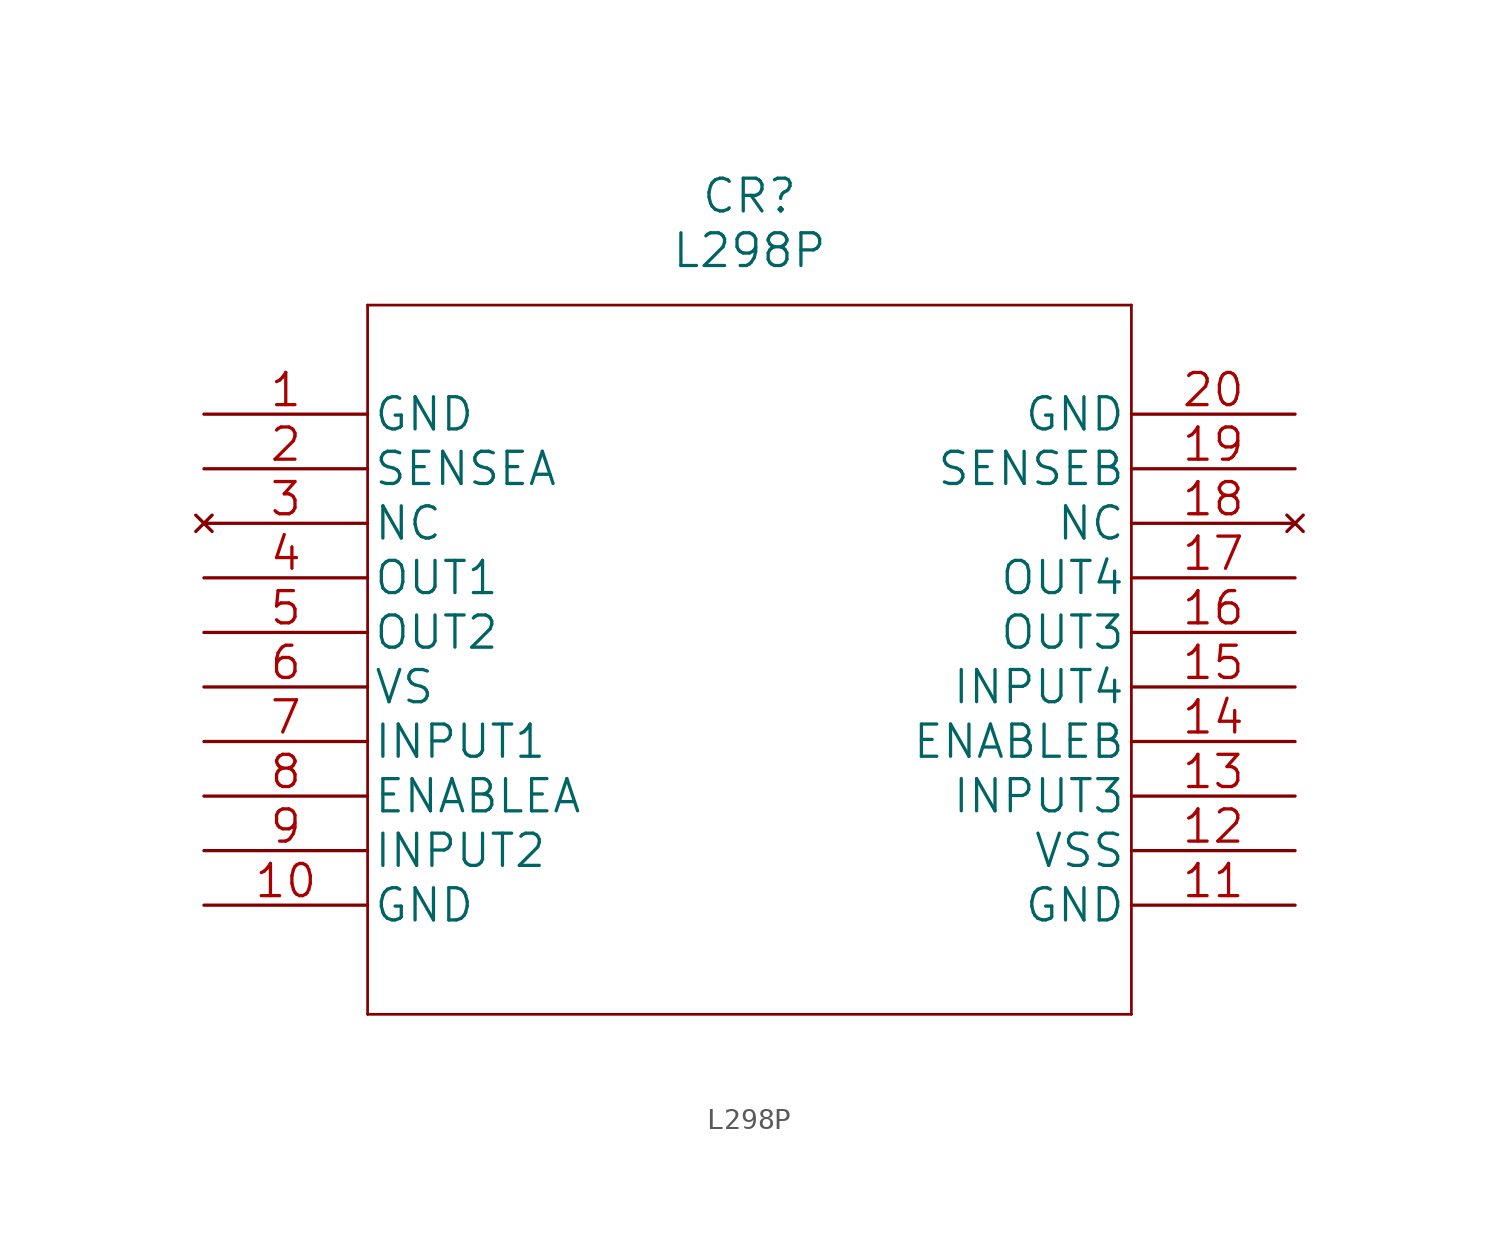
<source format=kicad_sym>
(kicad_symbol_lib
  (version 20211014)
  (generator kicad_symbol_editor)
  (symbol "L298P"
    (pin_names
      (offset 0.254))
    (property "Reference" "CR"
      (at 25.4 10.16 0)
      (effects (font (size 1.524 1.524))))
    (property "Value" "L298P"
      (at 25.4 7.62 0)
      (effects (font (size 1.524 1.524))))
    (property "Datasheet" ""
      (at 0 0 0)
      (effects (font (size 1.524 1.524))))
    (property "ki_locked" ""
      (at 0 0 0)
      (effects (font (size 1.27 1.27))))
    (symbol "L298P_1_1"
      (polyline (pts (xy 7.62 -27.94) (xy 43.18 -27.94)) (stroke (width 0.127) (type default) (color 0 0 0 0)) (fill (type none)))
      (polyline (pts (xy 7.62 5.08) (xy 7.62 -27.94)) (stroke (width 0.127) (type default) (color 0 0 0 0)) (fill (type none)))
      (polyline (pts (xy 43.18 -27.94) (xy 43.18 5.08)) (stroke (width 0.127) (type default) (color 0 0 0 0)) (fill (type none)))
      (polyline (pts (xy 43.18 5.08) (xy 7.62 5.08)) (stroke (width 0.127) (type default) (color 0 0 0 0)) (fill (type none)))
      (pin power_in line (at 0 0 0) (length 7.62) (name "GND" (effects (font (size 1.499 1.499)))) (number "1" (effects (font (size 1.499 1.499)))))
      (pin power_in line (at 0 -22.86 0) (length 7.62) (name "GND" (effects (font (size 1.499 1.499)))) (number "10" (effects (font (size 1.499 1.499)))))
      (pin power_in line (at 50.8 -22.86 180) (length 7.62) (name "GND" (effects (font (size 1.499 1.499)))) (number "11" (effects (font (size 1.499 1.499)))))
      (pin power_in line (at 50.8 -20.32 180) (length 7.62) (name "VSS" (effects (font (size 1.499 1.499)))) (number "12" (effects (font (size 1.499 1.499)))))
      (pin input line (at 50.8 -17.78 180) (length 7.62) (name "INPUT3" (effects (font (size 1.499 1.499)))) (number "13" (effects (font (size 1.499 1.499)))))
      (pin input line (at 50.8 -15.24 180) (length 7.62) (name "ENABLEB" (effects (font (size 1.499 1.499)))) (number "14" (effects (font (size 1.499 1.499)))))
      (pin input line (at 50.8 -12.7 180) (length 7.62) (name "INPUT4" (effects (font (size 1.499 1.499)))) (number "15" (effects (font (size 1.499 1.499)))))
      (pin output line (at 50.8 -10.16 180) (length 7.62) (name "OUT3" (effects (font (size 1.499 1.499)))) (number "16" (effects (font (size 1.499 1.499)))))
      (pin output line (at 50.8 -7.62 180) (length 7.62) (name "OUT4" (effects (font (size 1.499 1.499)))) (number "17" (effects (font (size 1.499 1.499)))))
      (pin no_connect line (at 50.8 -5.08 180) (length 7.62) (name "NC" (effects (font (size 1.499 1.499)))) (number "18" (effects (font (size 1.499 1.499)))))
      (pin input line (at 50.8 -2.54 180) (length 7.62) (name "SENSEB" (effects (font (size 1.499 1.499)))) (number "19" (effects (font (size 1.499 1.499)))))
      (pin input line (at 0 -2.54 0) (length 7.62) (name "SENSEA" (effects (font (size 1.499 1.499)))) (number "2" (effects (font (size 1.499 1.499)))))
      (pin power_in line (at 50.8 0 180) (length 7.62) (name "GND" (effects (font (size 1.499 1.499)))) (number "20" (effects (font (size 1.499 1.499)))))
      (pin no_connect line (at 0 -5.08 0) (length 7.62) (name "NC" (effects (font (size 1.499 1.499)))) (number "3" (effects (font (size 1.499 1.499)))))
      (pin output line (at 0 -7.62 0) (length 7.62) (name "OUT1" (effects (font (size 1.499 1.499)))) (number "4" (effects (font (size 1.499 1.499)))))
      (pin output line (at 0 -10.16 0) (length 7.62) (name "OUT2" (effects (font (size 1.499 1.499)))) (number "5" (effects (font (size 1.499 1.499)))))
      (pin power_in line (at 0 -12.7 0) (length 7.62) (name "VS" (effects (font (size 1.499 1.499)))) (number "6" (effects (font (size 1.499 1.499)))))
      (pin input line (at 0 -15.24 0) (length 7.62) (name "INPUT1" (effects (font (size 1.499 1.499)))) (number "7" (effects (font (size 1.499 1.499)))))
      (pin input line (at 0 -17.78 0) (length 7.62) (name "ENABLEA" (effects (font (size 1.499 1.499)))) (number "8" (effects (font (size 1.499 1.499)))))
      (pin input line (at 0 -20.32 0) (length 7.62) (name "INPUT2" (effects (font (size 1.499 1.499)))) (number "9" (effects (font (size 1.499 1.499))))))))
</source>
